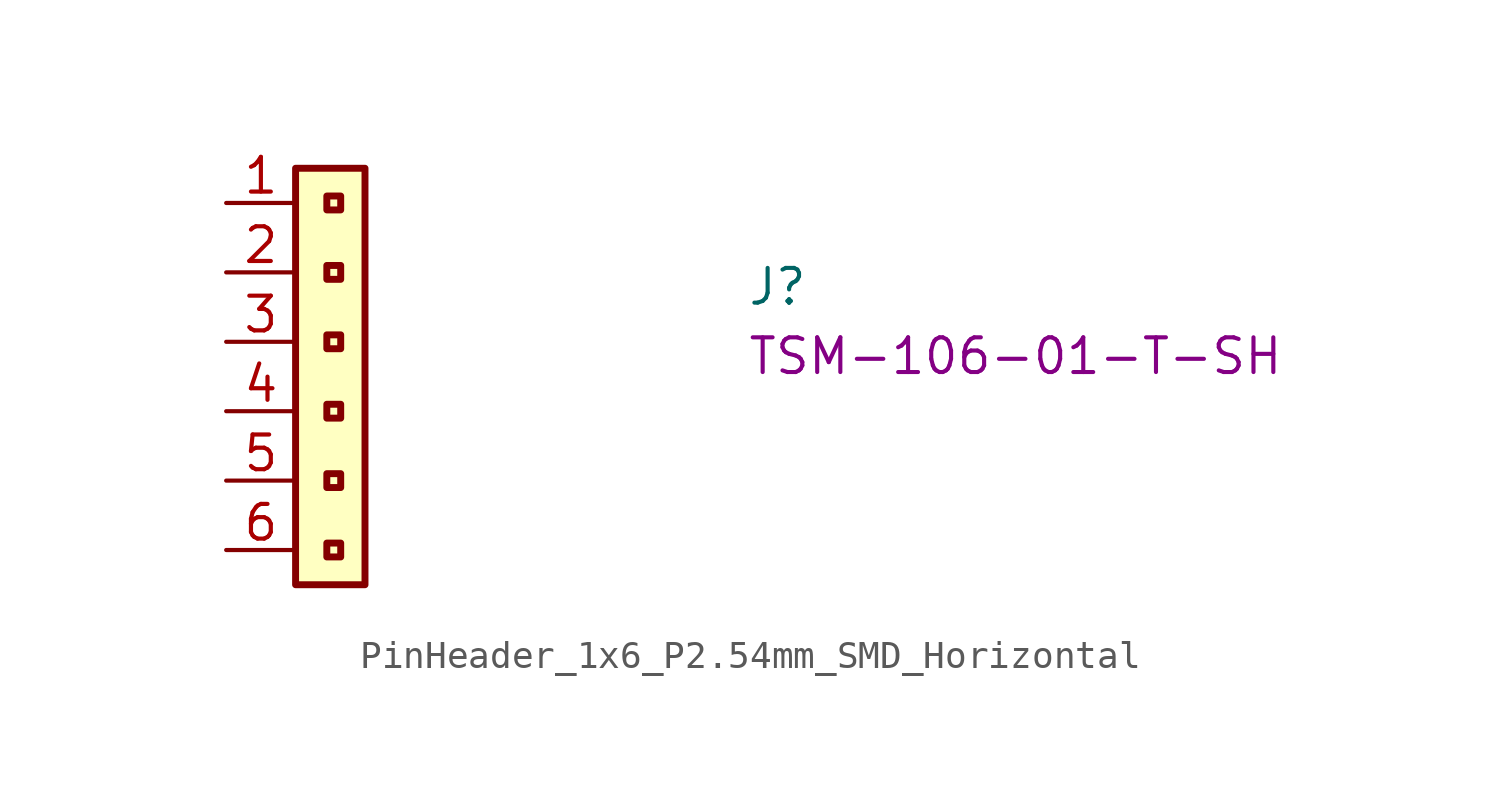
<source format=kicad_sym>
(kicad_symbol_lib
  (version 20220914)
  (generator kicad_symbol_editor)
  (symbol "PinHeader_1x6_P2.54mm_SMD_Horizontal"
    (property "Reference" "J"
      (at 19.05 -3.81 0)
      (effects (font (size 1.27 1.27) (thickness 0.15)) (justify left bottom)))
    (property "MPN" "TSM-106-01-T-SH"
      (at 19.05 -6.35 0)
      (effects (font (size 1.27 1.27) (thickness 0.15)) (justify left bottom)))
    (symbol "PinHeader_1x6_P2.54mm_SMD_Horizontal_1_1"
      (rectangle (start 2.54 1.27) (end 5.08 -13.97) (stroke (width 0.254) (type default)) (fill (type background)))
      (rectangle (start 4.191 -12.954) (end 3.683 -12.446) (stroke (width 0.254) (type default)) (fill (type background)))
      (rectangle (start 4.191 -10.414) (end 3.683 -9.906) (stroke (width 0.254) (type default)) (fill (type background)))
      (rectangle (start 4.191 -7.874) (end 3.683 -7.366) (stroke (width 0.254) (type default)) (fill (type background)))
      (rectangle (start 4.191 -5.334) (end 3.683 -4.826) (stroke (width 0.254) (type default)) (fill (type background)))
      (rectangle (start 4.191 -2.794) (end 3.683 -2.286) (stroke (width 0.254) (type default)) (fill (type background)))
      (rectangle (start 4.191 -0.254) (end 3.683 0.254) (stroke (width 0.254) (type default)) (fill (type background)))
      (pin passive line (at 0 0 0) (length 2.54) (name "~" (effects (font (size 1.27 1.27)))) (number "1" (effects (font (size 1.27 1.27)))))
      (pin passive line (at 0 -2.54 0) (length 2.54) (name "~" (effects (font (size 1.27 1.27)))) (number "2" (effects (font (size 1.27 1.27)))))
      (pin passive line (at 0 -5.08 0) (length 2.54) (name "~" (effects (font (size 1.27 1.27)))) (number "3" (effects (font (size 1.27 1.27)))))
      (pin passive line (at 0 -7.62 0) (length 2.54) (name "~" (effects (font (size 1.27 1.27)))) (number "4" (effects (font (size 1.27 1.27)))))
      (pin passive line (at 0 -10.16 0) (length 2.54) (name "~" (effects (font (size 1.27 1.27)))) (number "5" (effects (font (size 1.27 1.27)))))
      (pin passive line (at 0 -12.7 0) (length 2.54) (name "~" (effects (font (size 1.27 1.27)))) (number "6" (effects (font (size 1.27 1.27))))))))
</source>
